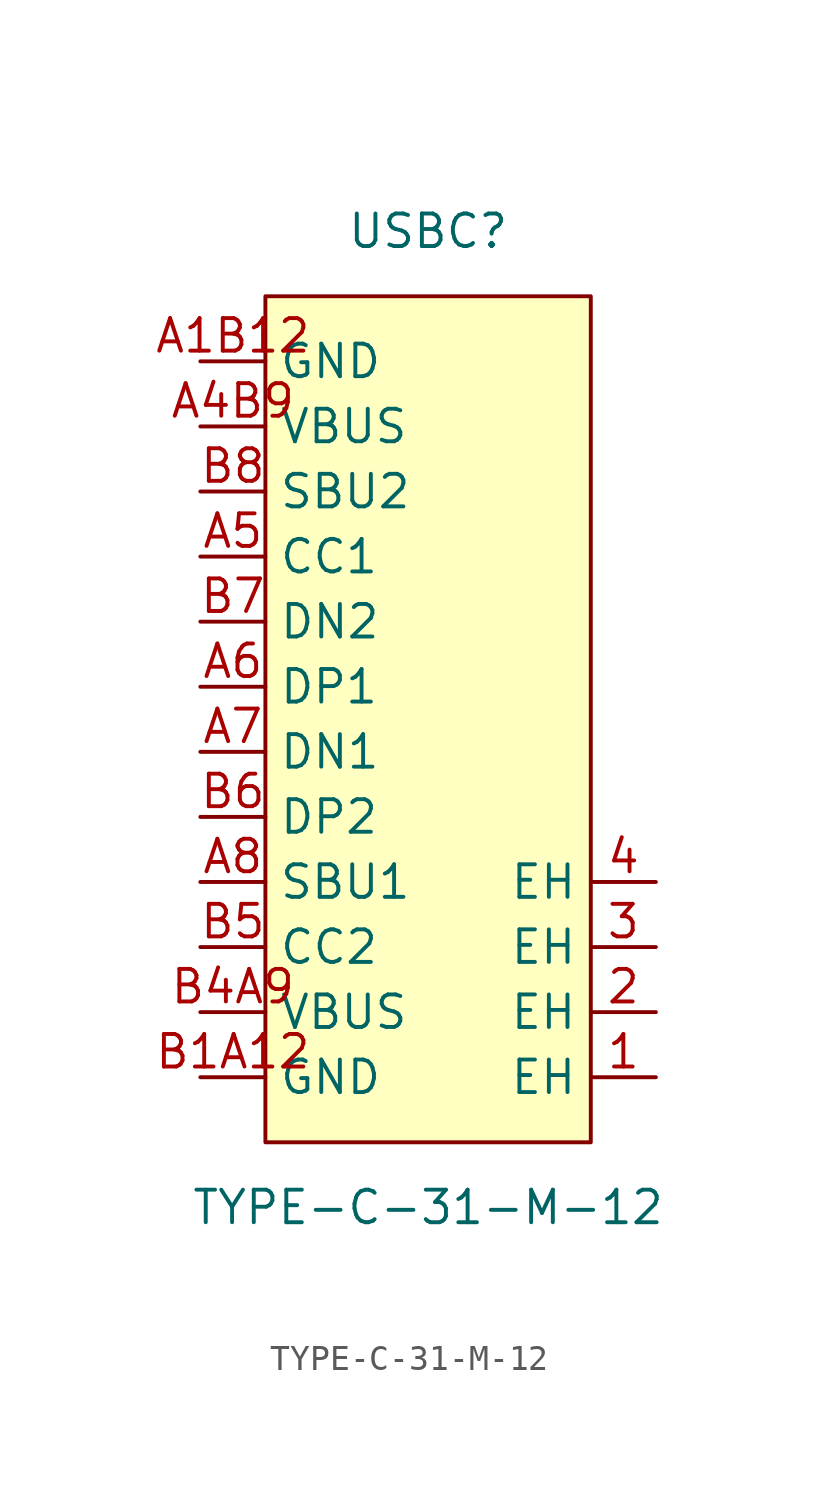
<source format=kicad_sym>
(kicad_symbol_lib
  (version 1)
  (generator "faebryk")
  (symbol "TYPE-C-31-M-12"
    (property "Reference" "USBC"
      (at 0 19.05 0)
      (effects (font (size 1.27 1.27)) (hide no)))
    (property "Value" "TYPE-C-31-M-12"
      (at 0 -19.05 0)
      (effects (font (size 1.27 1.27)) (hide no)))
    (symbol "TYPE-C-31-M-12_0_1"
      (rectangle (start -6.35 16.51) (end 6.35 -16.51) (stroke (width 0) (type default) (color 0 0 0 0)) (fill (type background)))
      (pin unspecified line (at -8.89 13.97 0) (length 2.54) (name "GND" (effects (font (size 1.27 1.27)) (hide no))) (number "A1B12" (effects (font (size 1.27 1.27)) (hide no))))
      (pin unspecified line (at -8.89 11.43 0) (length 2.54) (name "VBUS" (effects (font (size 1.27 1.27)) (hide no))) (number "A4B9" (effects (font (size 1.27 1.27)) (hide no))))
      (pin unspecified line (at -8.89 8.89 0) (length 2.54) (name "SBU2" (effects (font (size 1.27 1.27)) (hide no))) (number "B8" (effects (font (size 1.27 1.27)) (hide no))))
      (pin unspecified line (at -8.89 6.35 0) (length 2.54) (name "CC1" (effects (font (size 1.27 1.27)) (hide no))) (number "A5" (effects (font (size 1.27 1.27)) (hide no))))
      (pin unspecified line (at -8.89 3.81 0) (length 2.54) (name "DN2" (effects (font (size 1.27 1.27)) (hide no))) (number "B7" (effects (font (size 1.27 1.27)) (hide no))))
      (pin unspecified line (at -8.89 1.27 0) (length 2.54) (name "DP1" (effects (font (size 1.27 1.27)) (hide no))) (number "A6" (effects (font (size 1.27 1.27)) (hide no))))
      (pin unspecified line (at -8.89 -1.27 0) (length 2.54) (name "DN1" (effects (font (size 1.27 1.27)) (hide no))) (number "A7" (effects (font (size 1.27 1.27)) (hide no))))
      (pin unspecified line (at -8.89 -3.81 0) (length 2.54) (name "DP2" (effects (font (size 1.27 1.27)) (hide no))) (number "B6" (effects (font (size 1.27 1.27)) (hide no))))
      (pin unspecified line (at -8.89 -6.35 0) (length 2.54) (name "SBU1" (effects (font (size 1.27 1.27)) (hide no))) (number "A8" (effects (font (size 1.27 1.27)) (hide no))))
      (pin unspecified line (at -8.89 -8.89 0) (length 2.54) (name "CC2" (effects (font (size 1.27 1.27)) (hide no))) (number "B5" (effects (font (size 1.27 1.27)) (hide no))))
      (pin unspecified line (at -8.89 -11.43 0) (length 2.54) (name "VBUS" (effects (font (size 1.27 1.27)) (hide no))) (number "B4A9" (effects (font (size 1.27 1.27)) (hide no))))
      (pin unspecified line (at -8.89 -13.97 0) (length 2.54) (name "GND" (effects (font (size 1.27 1.27)) (hide no))) (number "B1A12" (effects (font (size 1.27 1.27)) (hide no))))
      (pin unspecified line (at 8.89 -6.35 180) (length 2.54) (name "EH" (effects (font (size 1.27 1.27)) (hide no))) (number "4" (effects (font (size 1.27 1.27)) (hide no))))
      (pin unspecified line (at 8.89 -8.89 180) (length 2.54) (name "EH" (effects (font (size 1.27 1.27)) (hide no))) (number "3" (effects (font (size 1.27 1.27)) (hide no))))
      (pin unspecified line (at 8.89 -11.43 180) (length 2.54) (name "EH" (effects (font (size 1.27 1.27)) (hide no))) (number "2" (effects (font (size 1.27 1.27)) (hide no))))
      (pin unspecified line (at 8.89 -13.97 180) (length 2.54) (name "EH" (effects (font (size 1.27 1.27)) (hide no))) (number "1" (effects (font (size 1.27 1.27)) (hide no)))))))
</source>
